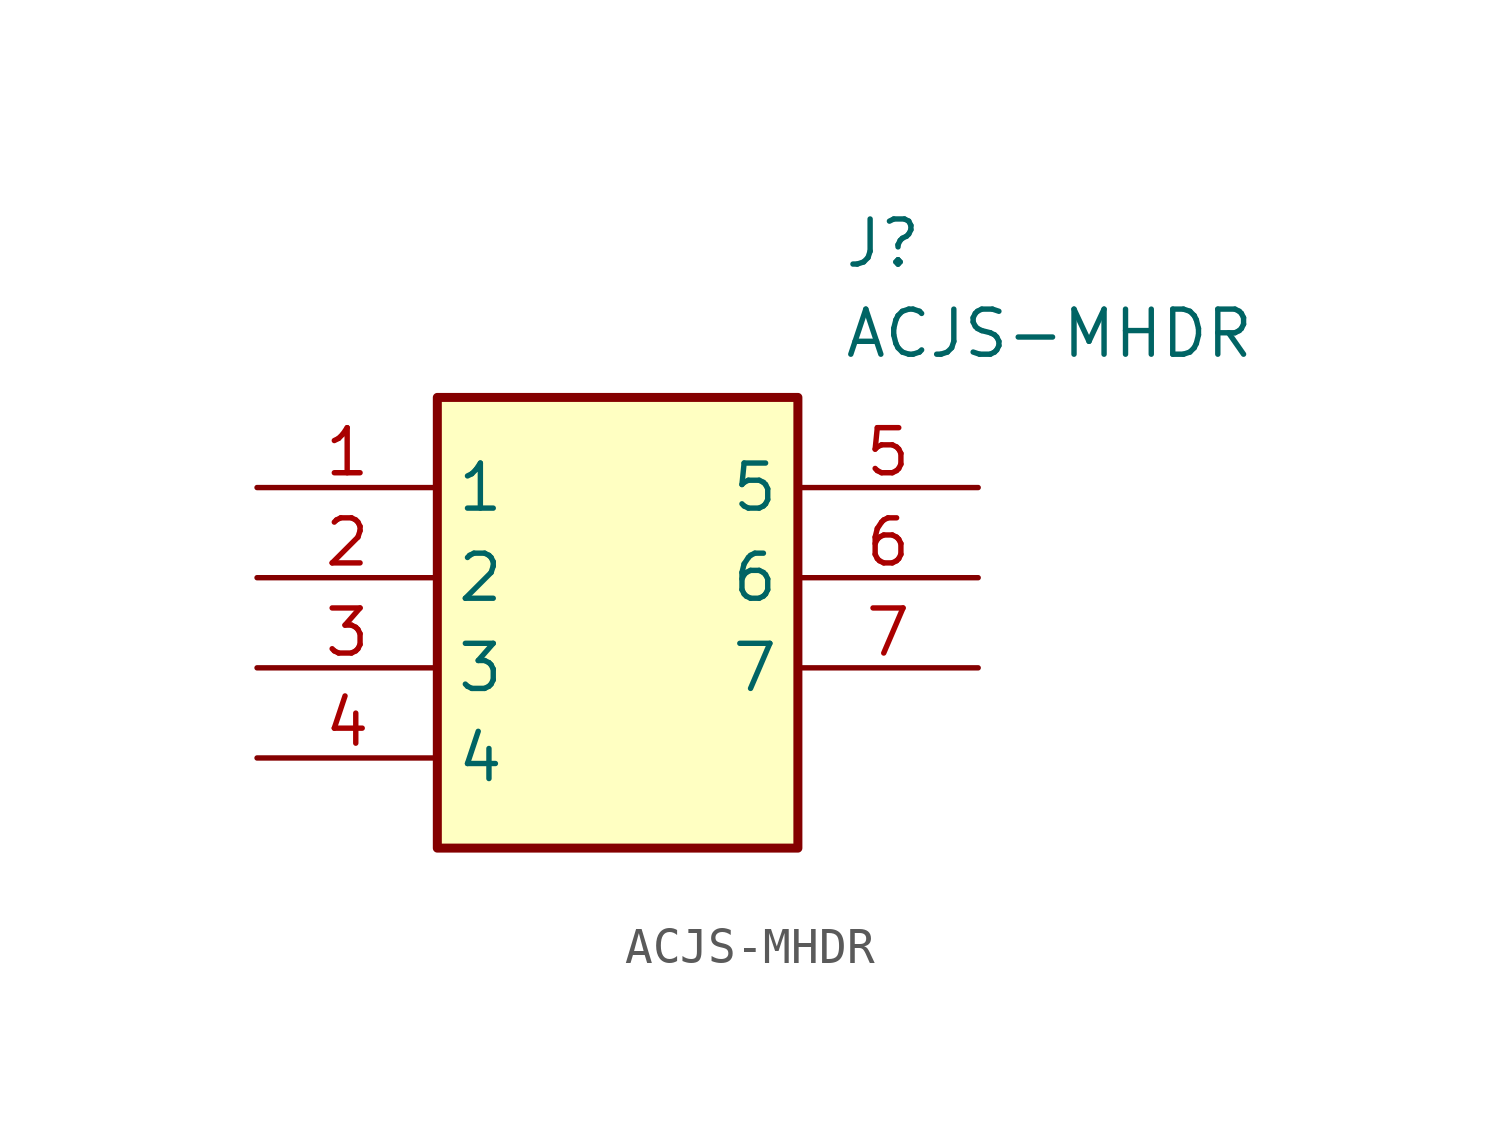
<source format=kicad_sym>
(kicad_symbol_lib
  (version 20211014)
  (generator SamacSys_ECAD_Model)
  (symbol "ACJS-MHDR"
    (property "Reference" "J"
      (at 16.51 7.62 0)
      (effects (font (size 1.27 1.27)) (justify left top)))
    (property "Value" "ACJS-MHDR"
      (at 16.51 5.08 0)
      (effects (font (size 1.27 1.27)) (justify left top)))
    (rectangle
      (start 5.08 2.54)
      (end 15.24 -10.16)
      (stroke (width 0.254) (type default))
      (fill (type background)))
    (pin passive line
      (at 0 0 0)
      (length 5.08)
      (name "1" (effects (font (size 1.27 1.27))))
      (number "1" (effects (font (size 1.27 1.27)))))
    (pin passive line
      (at 0 -2.54 0)
      (length 5.08)
      (name "2" (effects (font (size 1.27 1.27))))
      (number "2" (effects (font (size 1.27 1.27)))))
    (pin passive line
      (at 0 -5.08 0)
      (length 5.08)
      (name "3" (effects (font (size 1.27 1.27))))
      (number "3" (effects (font (size 1.27 1.27)))))
    (pin passive line
      (at 0 -7.62 0)
      (length 5.08)
      (name "4" (effects (font (size 1.27 1.27))))
      (number "4" (effects (font (size 1.27 1.27)))))
    (pin passive line
      (at 20.32 0 180)
      (length 5.08)
      (name "5" (effects (font (size 1.27 1.27))))
      (number "5" (effects (font (size 1.27 1.27)))))
    (pin passive line
      (at 20.32 -2.54 180)
      (length 5.08)
      (name "6" (effects (font (size 1.27 1.27))))
      (number "6" (effects (font (size 1.27 1.27)))))
    (pin passive line
      (at 20.32 -5.08 180)
      (length 5.08)
      (name "7" (effects (font (size 1.27 1.27))))
      (number "7" (effects (font (size 1.27 1.27)))))))
</source>
